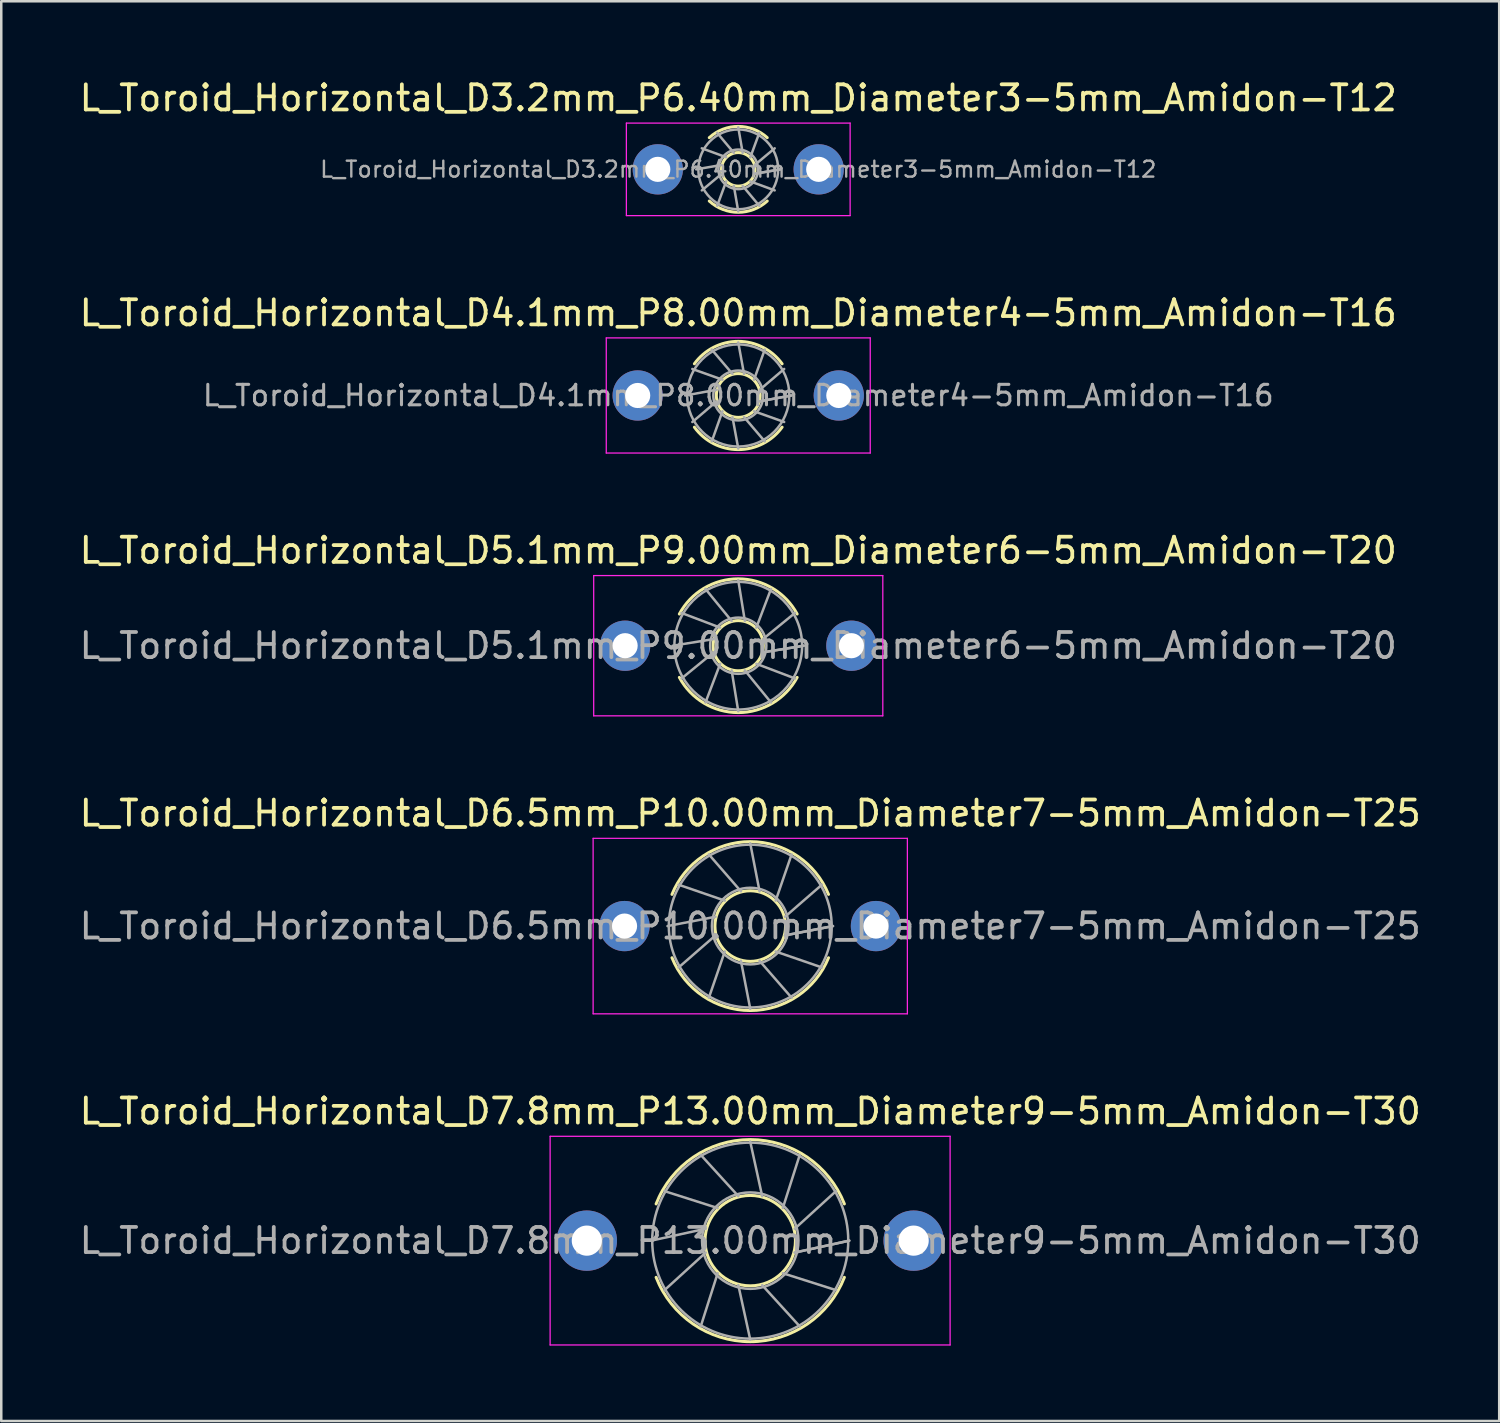
<source format=kicad_pcb>
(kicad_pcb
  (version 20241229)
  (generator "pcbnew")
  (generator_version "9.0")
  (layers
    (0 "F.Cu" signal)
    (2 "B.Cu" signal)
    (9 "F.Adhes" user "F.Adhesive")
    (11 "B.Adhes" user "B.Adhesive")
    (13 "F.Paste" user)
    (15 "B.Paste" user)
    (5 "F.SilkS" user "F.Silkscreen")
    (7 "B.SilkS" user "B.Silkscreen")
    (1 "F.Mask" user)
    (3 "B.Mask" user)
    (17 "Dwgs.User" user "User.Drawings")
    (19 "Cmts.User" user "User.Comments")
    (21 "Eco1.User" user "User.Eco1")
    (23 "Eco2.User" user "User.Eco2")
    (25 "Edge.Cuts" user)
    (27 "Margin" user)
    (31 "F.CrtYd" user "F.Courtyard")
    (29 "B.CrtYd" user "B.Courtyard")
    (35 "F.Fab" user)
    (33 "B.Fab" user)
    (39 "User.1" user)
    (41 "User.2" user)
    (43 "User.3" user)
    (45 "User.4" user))
  (footprint "L_Toroid_Horizontal_D3.2mm_P6.40mm_Diameter3-5mm_Amidon-T12"
    (layer "F.Cu")
    (at 23.115 3.686)
    (property "Reference" "L_Toroid_Horizontal_D3.2mm_P6.40mm_Diameter3-5mm_Amidon-T12" (at 3.2 -2.837 0) (layer "F.SilkS") (effects (font (size 1 1) (thickness 0.15))))
    (attr through_hole)
    (fp_arc (start 2.04763 -1.26) (mid 3.2 -1.7075) (end 4.35237 -1.26) (stroke (width 0.12) (type solid)) (layer "F.SilkS"))
    (fp_arc (start 4.35237 1.26) (mid 3.2 1.7075) (end 2.04763 1.26) (stroke (width 0.12) (type solid)) (layer "F.SilkS"))
    (fp_circle (center 3.2 0) (end 3.867 0) (stroke (width 0.12) (type solid)) (fill no) (layer "F.SilkS"))
    (fp_line (start -1.25 -1.84) (end -1.25 1.84) (stroke (width 0.05) (type solid)) (layer "F.CrtYd"))
    (fp_line (start -1.25 1.84) (end 7.65 1.84) (stroke (width 0.05) (type solid)) (layer "F.CrtYd"))
    (fp_line (start 7.65 -1.84) (end -1.25 -1.84) (stroke (width 0.05) (type solid)) (layer "F.CrtYd"))
    (fp_line (start 7.65 1.84) (end 7.65 -1.84) (stroke (width 0.05) (type solid)) (layer "F.CrtYd"))
    (fp_line (start 1.527 0.000155) (end 2.542 -0.176) (stroke (width 0.1) (type solid)) (layer "F.Fab"))
    (fp_line (start 1.751 -0.837) (end 2.719 -0.481) (stroke (width 0.1) (type solid)) (layer "F.Fab"))
    (fp_line (start 1.751 0.837) (end 2.542 0.176) (stroke (width 0.1) (type solid)) (layer "F.Fab"))
    (fp_line (start 2.363 -1.449) (end 3.024 -0.658) (stroke (width 0.1) (type solid)) (layer "F.Fab"))
    (fp_line (start 2.363 1.449) (end 2.719 0.481) (stroke (width 0.1) (type solid)) (layer "F.Fab"))
    (fp_line (start 3.2 -1.673) (end 3.376 -0.658) (stroke (width 0.1) (type solid)) (layer "F.Fab"))
    (fp_line (start 3.2 1.673) (end 3.024 0.658) (stroke (width 0.1) (type solid)) (layer "F.Fab"))
    (fp_line (start 4.036 -1.449) (end 3.681 -0.481) (stroke (width 0.1) (type solid)) (layer "F.Fab"))
    (fp_line (start 4.037 1.449) (end 3.376 0.658) (stroke (width 0.1) (type solid)) (layer "F.Fab"))
    (fp_line (start 4.649 -0.837) (end 3.858 -0.176) (stroke (width 0.1) (type solid)) (layer "F.Fab"))
    (fp_line (start 4.649 0.837) (end 3.681 0.481) (stroke (width 0.1) (type solid)) (layer "F.Fab"))
    (fp_line (start 4.873 -0.00031) (end 3.858 0.176) (stroke (width 0.1) (type solid)) (layer "F.Fab"))
    (fp_line (start 4.873 0) (end 3.858 0.176) (stroke (width 0.1) (type solid)) (layer "F.Fab"))
    (fp_circle (center 3.2 0) (end 3.987 0) (stroke (width 0.1) (type solid)) (fill no) (layer "F.Fab"))
    (fp_circle (center 3.2 0) (end 4.787 0) (stroke (width 0.1) (type solid)) (fill no) (layer "F.Fab"))
    (fp_text user "${REFERENCE}" (at 3.2 0 0) (layer "F.Fab") (effects (font (size 0.635 0.635) (thickness 0.095))))
    (pad "1" thru_hole circle (at 0 0) (size 2 2) (drill 1) (layers "*.Cu" "*.Mask"))
    (pad "2" thru_hole circle (at 6.4 0) (size 2 2) (drill 1) (layers "*.Cu" "*.Mask")))
  (footprint "L_Toroid_Horizontal_D5.1mm_P9.00mm_Diameter6-5mm_Amidon-T20"
    (layer "F.Cu")
    (at 21.815 22.634)
    (property "Reference" "L_Toroid_Horizontal_D5.1mm_P9.00mm_Diameter6-5mm_Amidon-T20" (at 4.5 -3.79 0) (layer "F.SilkS") (effects (font (size 1 1) (thickness 0.15))))
    (attr through_hole)
    (fp_arc (start 2.157352 -1.26) (mid 4.5 -2.66) (end 6.842648 -1.26) (stroke (width 0.12) (type solid)) (layer "F.SilkS"))
    (fp_arc (start 6.842648 1.26) (mid 4.5 2.66) (end 2.157352 1.26) (stroke (width 0.12) (type solid)) (layer "F.SilkS"))
    (fp_circle (center 4.5 0) (end 5.498 0) (stroke (width 0.12) (type solid)) (fill no) (layer "F.SilkS"))
    (fp_line (start -1.25 -2.79) (end -1.25 2.79) (stroke (width 0.05) (type solid)) (layer "F.CrtYd"))
    (fp_line (start -1.25 2.79) (end 10.25 2.79) (stroke (width 0.05) (type solid)) (layer "F.CrtYd"))
    (fp_line (start 10.25 -2.79) (end -1.25 -2.79) (stroke (width 0.05) (type solid)) (layer "F.CrtYd"))
    (fp_line (start 10.25 2.79) (end 10.25 -2.79) (stroke (width 0.05) (type solid)) (layer "F.CrtYd"))
    (fp_line (start 1.893 0.000242) (end 3.517 -0.263) (stroke (width 0.1) (type solid)) (layer "F.Fab"))
    (fp_line (start 2.242 -1.303) (end 3.78 -0.719) (stroke (width 0.1) (type solid)) (layer "F.Fab"))
    (fp_line (start 2.243 1.304) (end 3.517 0.263) (stroke (width 0.1) (type solid)) (layer "F.Fab"))
    (fp_line (start 3.196 -2.257) (end 4.237 -0.983) (stroke (width 0.1) (type solid)) (layer "F.Fab"))
    (fp_line (start 3.197 2.258) (end 3.781 0.72) (stroke (width 0.1) (type solid)) (layer "F.Fab"))
    (fp_line (start 4.5 -2.607) (end 4.763 -0.983) (stroke (width 0.1) (type solid)) (layer "F.Fab"))
    (fp_line (start 4.5 2.607) (end 4.237 0.983) (stroke (width 0.1) (type solid)) (layer "F.Fab"))
    (fp_line (start 5.803 -2.258) (end 5.219 -0.72) (stroke (width 0.1) (type solid)) (layer "F.Fab"))
    (fp_line (start 5.803 2.258) (end 4.763 0.983) (stroke (width 0.1) (type solid)) (layer "F.Fab"))
    (fp_line (start 6.757 -1.304) (end 5.483 -0.264) (stroke (width 0.1) (type solid)) (layer "F.Fab"))
    (fp_line (start 6.758 1.303) (end 5.22 0.72) (stroke (width 0.1) (type solid)) (layer "F.Fab"))
    (fp_line (start 7.107 -0.000483) (end 5.483 0.263) (stroke (width 0.1) (type solid)) (layer "F.Fab"))
    (fp_line (start 7.107 0) (end 5.483 0.263) (stroke (width 0.1) (type solid)) (layer "F.Fab"))
    (fp_circle (center 4.5 0) (end 5.618 0) (stroke (width 0.1) (type solid)) (fill no) (layer "F.Fab"))
    (fp_circle (center 4.5 0) (end 7.04 0) (stroke (width 0.1) (type solid)) (fill no) (layer "F.Fab"))
    (fp_text user "${REFERENCE}" (at 4.5 0 0) (layer "F.Fab") (effects (font (size 1 1) (thickness 0.15))))
    (pad "1" thru_hole circle (at 0 0) (size 2 2) (drill 1) (layers "*.Cu" "*.Mask"))
    (pad "2" thru_hole circle (at 9 0) (size 2 2) (drill 1) (layers "*.Cu" "*.Mask")))
  (footprint "L_Toroid_Horizontal_D6.5mm_P10.00mm_Diameter7-5mm_Amidon-T25"
    (layer "F.Cu")
    (at 21.792 33.786)
    (property "Reference" "L_Toroid_Horizontal_D6.5mm_P10.00mm_Diameter7-5mm_Amidon-T25" (at 5 -4.489 0) (layer "F.SilkS") (effects (font (size 1 1) (thickness 0.15))))
    (attr through_hole)
    (fp_arc (start 1.886815 -1.26) (mid 5 -3.3585) (end 8.113185 -1.26) (stroke (width 0.12) (type solid)) (layer "F.SilkS"))
    (fp_arc (start 8.113185 1.26) (mid 5 3.3585) (end 1.886815 1.26) (stroke (width 0.12) (type solid)) (layer "F.SilkS"))
    (fp_circle (center 5 0) (end 6.404 0) (stroke (width 0.12) (type solid)) (fill no) (layer "F.SilkS"))
    (fp_line (start -1.25 -3.49) (end -1.25 3.49) (stroke (width 0.05) (type solid)) (layer "F.CrtYd"))
    (fp_line (start -1.25 3.49) (end 11.25 3.49) (stroke (width 0.05) (type solid)) (layer "F.CrtYd"))
    (fp_line (start 11.25 -3.49) (end -1.25 -3.49) (stroke (width 0.05) (type solid)) (layer "F.CrtYd"))
    (fp_line (start 11.25 3.49) (end 11.25 -3.49) (stroke (width 0.05) (type solid)) (layer "F.CrtYd"))
    (fp_line (start 1.709 0.000305) (end 3.617 -0.371) (stroke (width 0.1) (type solid)) (layer "F.Fab"))
    (fp_line (start 2.149 -1.645) (end 3.987 -1.013) (stroke (width 0.1) (type solid)) (layer "F.Fab"))
    (fp_line (start 2.15 1.646) (end 3.617 0.371) (stroke (width 0.1) (type solid)) (layer "F.Fab"))
    (fp_line (start 3.354 -2.85) (end 4.629 -1.383) (stroke (width 0.1) (type solid)) (layer "F.Fab"))
    (fp_line (start 3.355 2.85) (end 3.987 1.013) (stroke (width 0.1) (type solid)) (layer "F.Fab"))
    (fp_line (start 5 -3.291) (end 5.37 -1.383) (stroke (width 0.1) (type solid)) (layer "F.Fab"))
    (fp_line (start 5 3.291) (end 4.629 1.383) (stroke (width 0.1) (type solid)) (layer "F.Fab"))
    (fp_line (start 6.645 -2.851) (end 6.012 -1.013) (stroke (width 0.1) (type solid)) (layer "F.Fab"))
    (fp_line (start 6.646 2.85) (end 5.371 1.383) (stroke (width 0.1) (type solid)) (layer "F.Fab"))
    (fp_line (start 7.85 -1.646) (end 6.383 -0.371) (stroke (width 0.1) (type solid)) (layer "F.Fab"))
    (fp_line (start 7.85 1.646) (end 6.013 1.013) (stroke (width 0.1) (type solid)) (layer "F.Fab"))
    (fp_line (start 8.291 -0.001) (end 6.383 0.37) (stroke (width 0.1) (type solid)) (layer "F.Fab"))
    (fp_line (start 8.291 0) (end 6.383 0.371) (stroke (width 0.1) (type solid)) (layer "F.Fab"))
    (fp_circle (center 5 0) (end 6.524 0) (stroke (width 0.1) (type solid)) (fill no) (layer "F.Fab"))
    (fp_circle (center 5 0) (end 8.239 0) (stroke (width 0.1) (type solid)) (fill no) (layer "F.Fab"))
    (fp_text user "${REFERENCE}" (at 5 0 0) (layer "F.Fab") (effects (font (size 1 1) (thickness 0.15))))
    (pad "1" thru_hole circle (at 0 0) (size 2 2) (drill 1) (layers "*.Cu" "*.Mask"))
    (pad "2" thru_hole circle (at 10 0) (size 2 2) (drill 1) (layers "*.Cu" "*.Mask")))
  (footprint "L_Toroid_Horizontal_D4.1mm_P8.00mm_Diameter4-5mm_Amidon-T16"
    (layer "F.Cu")
    (at 22.315 12.681)
    (property "Reference" "L_Toroid_Horizontal_D4.1mm_P8.00mm_Diameter4-5mm_Amidon-T16" (at 4 -3.282 0) (layer "F.SilkS") (effects (font (size 1 1) (thickness 0.15))))
    (attr through_hole)
    (fp_arc (start 2.255436 -1.26) (mid 4 -2.152) (end 5.744564 -1.26) (stroke (width 0.12) (type solid)) (layer "F.SilkS"))
    (fp_arc (start 5.744564 1.26) (mid 4 2.152) (end 2.255436 1.26) (stroke (width 0.12) (type solid)) (layer "F.SilkS"))
    (fp_circle (center 4 0) (end 4.871 0) (stroke (width 0.12) (type solid)) (fill no) (layer "F.SilkS"))
    (fp_line (start -1.25 -2.29) (end -1.25 2.29) (stroke (width 0.05) (type solid)) (layer "F.CrtYd"))
    (fp_line (start -1.25 2.29) (end 9.25 2.29) (stroke (width 0.05) (type solid)) (layer "F.CrtYd"))
    (fp_line (start 9.25 -2.29) (end -1.25 -2.29) (stroke (width 0.05) (type solid)) (layer "F.CrtYd"))
    (fp_line (start 9.25 2.29) (end 9.25 -2.29) (stroke (width 0.05) (type solid)) (layer "F.CrtYd"))
    (fp_line (start 1.891 0.000195) (end 3.142 -0.23) (stroke (width 0.1) (type solid)) (layer "F.Fab"))
    (fp_line (start 2.173 -1.054) (end 3.372 -0.628) (stroke (width 0.1) (type solid)) (layer "F.Fab"))
    (fp_line (start 2.174 1.055) (end 3.142 0.23) (stroke (width 0.1) (type solid)) (layer "F.Fab"))
    (fp_line (start 2.945 -1.826) (end 3.77 -0.858) (stroke (width 0.1) (type solid)) (layer "F.Fab"))
    (fp_line (start 2.946 1.826) (end 3.372 0.628) (stroke (width 0.1) (type solid)) (layer "F.Fab"))
    (fp_line (start 4 -2.109) (end 4.23 -0.858) (stroke (width 0.1) (type solid)) (layer "F.Fab"))
    (fp_line (start 4 2.109) (end 3.77 0.858) (stroke (width 0.1) (type solid)) (layer "F.Fab"))
    (fp_line (start 5.054 -1.827) (end 4.628 -0.628) (stroke (width 0.1) (type solid)) (layer "F.Fab"))
    (fp_line (start 5.055 1.826) (end 4.23 0.858) (stroke (width 0.1) (type solid)) (layer "F.Fab"))
    (fp_line (start 5.826 -1.055) (end 4.858 -0.23) (stroke (width 0.1) (type solid)) (layer "F.Fab"))
    (fp_line (start 5.826 1.054) (end 4.628 0.628) (stroke (width 0.1) (type solid)) (layer "F.Fab"))
    (fp_line (start 6.109 -0.000391) (end 4.858 0.23) (stroke (width 0.1) (type solid)) (layer "F.Fab"))
    (fp_line (start 6.109 0) (end 4.858 0.23) (stroke (width 0.1) (type solid)) (layer "F.Fab"))
    (fp_circle (center 4 0) (end 4.991 0) (stroke (width 0.1) (type solid)) (fill no) (layer "F.Fab"))
    (fp_circle (center 4 0) (end 6.032 0) (stroke (width 0.1) (type solid)) (fill no) (layer "F.Fab"))
    (fp_text user "${REFERENCE}" (at 4 0 0) (layer "F.Fab") (effects (font (size 0.813 0.813) (thickness 0.122))))
    (pad "1" thru_hole circle (at 0 0) (size 2 2) (drill 1) (layers "*.Cu" "*.Mask"))
    (pad "2" thru_hole circle (at 8 0) (size 2 2) (drill 1) (layers "*.Cu" "*.Mask")))
  (footprint "L_Toroid_Horizontal_D7.8mm_P13.00mm_Diameter9-5mm_Amidon-T30"
    (layer "F.Cu")
    (at 20.292 46.298)
    (property "Reference" "L_Toroid_Horizontal_D7.8mm_P13.00mm_Diameter9-5mm_Amidon-T30" (at 6.5 -5.149 0) (layer "F.SilkS") (effects (font (size 1 1) (thickness 0.15))))
    (attr through_hole)
    (fp_arc (start 2.755677 -1.46) (mid 6.5 -4.0189) (end 10.244323 -1.46) (stroke (width 0.12) (type solid)) (layer "F.SilkS"))
    (fp_arc (start 10.244323 1.46) (mid 6.5 4.0189) (end 2.755677 1.46) (stroke (width 0.12) (type solid)) (layer "F.SilkS"))
    (fp_circle (center 6.5 0) (end 8.298 0) (stroke (width 0.12) (type solid)) (fill no) (layer "F.SilkS"))
    (fp_line (start -1.46 -4.15) (end -1.46 4.15) (stroke (width 0.05) (type solid)) (layer "F.CrtYd"))
    (fp_line (start -1.46 4.15) (end 14.45 4.15) (stroke (width 0.05) (type solid)) (layer "F.CrtYd"))
    (fp_line (start 14.45 -4.15) (end -1.46 -4.15) (stroke (width 0.05) (type solid)) (layer "F.CrtYd"))
    (fp_line (start 14.45 4.15) (end 14.45 -4.15) (stroke (width 0.05) (type solid)) (layer "F.CrtYd"))
    (fp_line (start 2.561 0.000365) (end 4.729 -0.474) (stroke (width 0.1) (type solid)) (layer "F.Fab"))
    (fp_line (start 3.089 -1.969) (end 5.203 -1.296) (stroke (width 0.1) (type solid)) (layer "F.Fab"))
    (fp_line (start 3.089 1.97) (end 4.729 0.475) (stroke (width 0.1) (type solid)) (layer "F.Fab"))
    (fp_line (start 4.53 -3.411) (end 6.025 -1.771) (stroke (width 0.1) (type solid)) (layer "F.Fab"))
    (fp_line (start 4.531 3.411) (end 5.204 1.297) (stroke (width 0.1) (type solid)) (layer "F.Fab"))
    (fp_line (start 6.499 -3.939) (end 6.974 -1.771) (stroke (width 0.1) (type solid)) (layer "F.Fab"))
    (fp_line (start 6.5 3.939) (end 6.026 1.771) (stroke (width 0.1) (type solid)) (layer "F.Fab"))
    (fp_line (start 8.469 -3.411) (end 7.796 -1.297) (stroke (width 0.1) (type solid)) (layer "F.Fab"))
    (fp_line (start 8.469 3.411) (end 6.975 1.771) (stroke (width 0.1) (type solid)) (layer "F.Fab"))
    (fp_line (start 9.911 -1.97) (end 8.271 -0.475) (stroke (width 0.1) (type solid)) (layer "F.Fab"))
    (fp_line (start 9.911 1.969) (end 7.797 1.297) (stroke (width 0.1) (type solid)) (layer "F.Fab"))
    (fp_line (start 10.439 -0.001) (end 8.271 0.474) (stroke (width 0.1) (type solid)) (layer "F.Fab"))
    (fp_line (start 10.439 0) (end 8.271 0.475) (stroke (width 0.1) (type solid)) (layer "F.Fab"))
    (fp_circle (center 6.5 0) (end 8.418 0) (stroke (width 0.1) (type solid)) (fill no) (layer "F.Fab"))
    (fp_circle (center 6.5 0) (end 10.399 0) (stroke (width 0.1) (type solid)) (fill no) (layer "F.Fab"))
    (fp_text user "${REFERENCE}" (at 6.5 0 0) (layer "F.Fab") (effects (font (size 1 1) (thickness 0.15))))
    (pad "1" thru_hole circle (at 0 0) (size 2.4 2.4) (drill 1.2) (layers "*.Cu" "*.Mask"))
    (pad "2" thru_hole circle (at 13 0) (size 2.4 2.4) (drill 1.2) (layers "*.Cu" "*.Mask")))
  (gr_rect
    (start -3 -3)
    (end 56.583 53.473)
    (stroke (width 0.1) (type default))
    (fill no)
    (layer "Edge.Cuts")))
</source>
